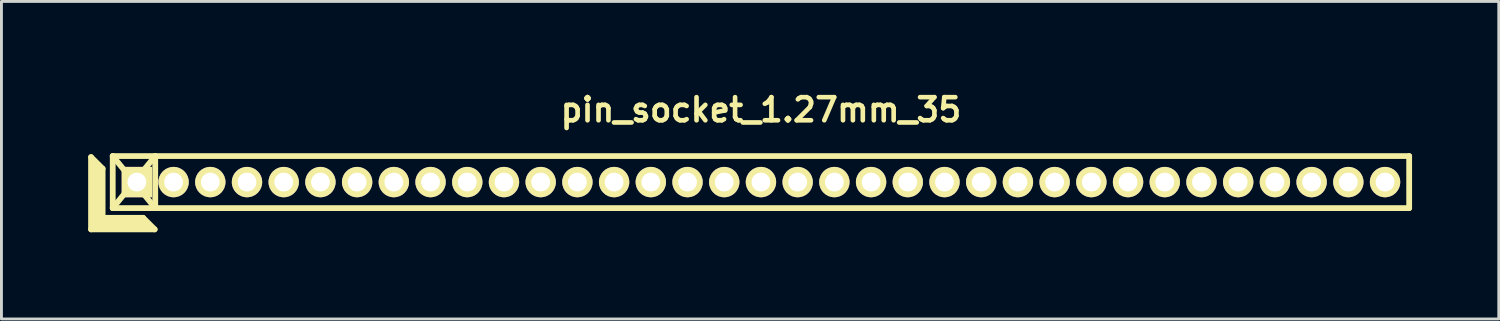
<source format=kicad_pcb>
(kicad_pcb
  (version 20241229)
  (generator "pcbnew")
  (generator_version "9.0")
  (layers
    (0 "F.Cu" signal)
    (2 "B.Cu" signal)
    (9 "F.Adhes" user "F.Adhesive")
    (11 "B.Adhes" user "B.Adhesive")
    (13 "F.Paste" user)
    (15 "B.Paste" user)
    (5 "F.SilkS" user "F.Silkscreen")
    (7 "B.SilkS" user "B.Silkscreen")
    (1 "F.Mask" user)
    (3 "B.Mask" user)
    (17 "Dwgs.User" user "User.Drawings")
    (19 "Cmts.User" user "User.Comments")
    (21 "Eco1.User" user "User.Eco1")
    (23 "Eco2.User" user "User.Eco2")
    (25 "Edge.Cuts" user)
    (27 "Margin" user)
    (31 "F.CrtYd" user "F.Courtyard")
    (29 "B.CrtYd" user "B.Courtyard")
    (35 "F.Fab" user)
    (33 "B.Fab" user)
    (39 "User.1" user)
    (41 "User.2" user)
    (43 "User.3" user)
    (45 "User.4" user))
  (footprint "pin_socket_1.27mm_35"
    (layer "F.Cu")
    (at 23.275 3.249)
    (property "Reference" "pin_socket_1.27mm_35" (at 0 -2.5 0) (layer "F.SilkS") (effects (font (size 0.8 0.8) (thickness 0.16))))
    (attr through_hole)
    (fp_line (start -23.175 -0.864) (end -23.175 1.636) (stroke (width 0.2) (type solid)) (layer "F.SilkS"))
    (fp_line (start -23.175 -0.864) (end -22.775 -0.464) (stroke (width 0.2) (type solid)) (layer "F.SilkS"))
    (fp_line (start -23.175 1.636) (end -20.975 1.636) (stroke (width 0.2) (type solid)) (layer "F.SilkS"))
    (fp_line (start -23.075 1.536) (end -23.075 -0.664) (stroke (width 0.2) (type solid)) (layer "F.SilkS"))
    (fp_line (start -23.075 1.536) (end -21.175 1.536) (stroke (width 0.2) (type solid)) (layer "F.SilkS"))
    (fp_line (start -22.975 1.436) (end -22.975 -0.564) (stroke (width 0.2) (type solid)) (layer "F.SilkS"))
    (fp_line (start -22.975 1.436) (end -21.275 1.436) (stroke (width 0.2) (type solid)) (layer "F.SilkS"))
    (fp_line (start -22.875 1.336) (end -22.875 -0.464) (stroke (width 0.2) (type solid)) (layer "F.SilkS"))
    (fp_line (start -22.875 1.336) (end -21.375 1.336) (stroke (width 0.2) (type solid)) (layer "F.SilkS"))
    (fp_line (start -22.775 1.236) (end -22.775 -0.464) (stroke (width 0.2) (type solid)) (layer "F.SilkS"))
    (fp_line (start -22.775 1.236) (end -21.375 1.236) (stroke (width 0.2) (type solid)) (layer "F.SilkS"))
    (fp_line (start -22.425 -0.9) (end -20.955 0.9) (stroke (width 0.2) (type solid)) (layer "F.SilkS"))
    (fp_line (start -22.425 -0.9) (end 22.425 -0.9) (stroke (width 0.2) (type solid)) (layer "F.SilkS"))
    (fp_line (start -22.425 0.9) (end -22.425 -0.9) (stroke (width 0.2) (type solid)) (layer "F.SilkS"))
    (fp_line (start -22.425 0.9) (end -20.955 -0.9) (stroke (width 0.2) (type solid)) (layer "F.SilkS"))
    (fp_line (start -21.375 1.236) (end -20.975 1.636) (stroke (width 0.2) (type solid)) (layer "F.SilkS"))
    (fp_line (start -20.955 -0.9) (end -20.955 0.9) (stroke (width 0.2) (type solid)) (layer "F.SilkS"))
    (fp_line (start 22.425 -0.9) (end 22.425 0.9) (stroke (width 0.2) (type solid)) (layer "F.SilkS"))
    (fp_line (start 22.425 0.9) (end -22.425 0.9) (stroke (width 0.2) (type solid)) (layer "F.SilkS"))
    (pad "1" thru_hole rect (at -21.59 0) (size 1.05 1.05) (drill 0.65) (layers "*.Cu" "*.Mask" "F.SilkS"))
    (pad "2" thru_hole oval (at -20.32 0) (size 1.05 1.05) (drill 0.65) (layers "*.Cu" "*.Mask" "F.SilkS"))
    (pad "3" thru_hole oval (at -19.05 0) (size 1.05 1.05) (drill 0.65) (layers "*.Cu" "*.Mask" "F.SilkS"))
    (pad "4" thru_hole oval (at -17.78 0) (size 1.05 1.05) (drill 0.65) (layers "*.Cu" "*.Mask" "F.SilkS"))
    (pad "5" thru_hole oval (at -16.51 0) (size 1.05 1.05) (drill 0.65) (layers "*.Cu" "*.Mask" "F.SilkS"))
    (pad "6" thru_hole oval (at -15.24 0) (size 1.05 1.05) (drill 0.65) (layers "*.Cu" "*.Mask" "F.SilkS"))
    (pad "7" thru_hole oval (at -13.97 0) (size 1.05 1.05) (drill 0.65) (layers "*.Cu" "*.Mask" "F.SilkS"))
    (pad "8" thru_hole oval (at -12.7 0) (size 1.05 1.05) (drill 0.65) (layers "*.Cu" "*.Mask" "F.SilkS"))
    (pad "9" thru_hole oval (at -11.43 0) (size 1.05 1.05) (drill 0.65) (layers "*.Cu" "*.Mask" "F.SilkS"))
    (pad "10" thru_hole oval (at -10.16 0) (size 1.05 1.05) (drill 0.65) (layers "*.Cu" "*.Mask" "F.SilkS"))
    (pad "11" thru_hole oval (at -8.89 0) (size 1.05 1.05) (drill 0.65) (layers "*.Cu" "*.Mask" "F.SilkS"))
    (pad "12" thru_hole oval (at -7.62 0) (size 1.05 1.05) (drill 0.65) (layers "*.Cu" "*.Mask" "F.SilkS"))
    (pad "13" thru_hole oval (at -6.35 0) (size 1.05 1.05) (drill 0.65) (layers "*.Cu" "*.Mask" "F.SilkS"))
    (pad "14" thru_hole oval (at -5.08 0) (size 1.05 1.05) (drill 0.65) (layers "*.Cu" "*.Mask" "F.SilkS"))
    (pad "15" thru_hole oval (at -3.81 0) (size 1.05 1.05) (drill 0.65) (layers "*.Cu" "*.Mask" "F.SilkS"))
    (pad "16" thru_hole oval (at -2.54 0) (size 1.05 1.05) (drill 0.65) (layers "*.Cu" "*.Mask" "F.SilkS"))
    (pad "17" thru_hole oval (at -1.27 0) (size 1.05 1.05) (drill 0.65) (layers "*.Cu" "*.Mask" "F.SilkS"))
    (pad "18" thru_hole oval (at 0 0) (size 1.05 1.05) (drill 0.65) (layers "*.Cu" "*.Mask" "F.SilkS"))
    (pad "19" thru_hole oval (at 1.27 0) (size 1.05 1.05) (drill 0.65) (layers "*.Cu" "*.Mask" "F.SilkS"))
    (pad "20" thru_hole oval (at 2.54 0) (size 1.05 1.05) (drill 0.65) (layers "*.Cu" "*.Mask" "F.SilkS"))
    (pad "21" thru_hole oval (at 3.81 0) (size 1.05 1.05) (drill 0.65) (layers "*.Cu" "*.Mask" "F.SilkS"))
    (pad "22" thru_hole oval (at 5.08 0) (size 1.05 1.05) (drill 0.65) (layers "*.Cu" "*.Mask" "F.SilkS"))
    (pad "23" thru_hole oval (at 6.35 0) (size 1.05 1.05) (drill 0.65) (layers "*.Cu" "*.Mask" "F.SilkS"))
    (pad "24" thru_hole oval (at 7.62 0) (size 1.05 1.05) (drill 0.65) (layers "*.Cu" "*.Mask" "F.SilkS"))
    (pad "25" thru_hole oval (at 8.89 0) (size 1.05 1.05) (drill 0.65) (layers "*.Cu" "*.Mask" "F.SilkS"))
    (pad "26" thru_hole oval (at 10.16 0) (size 1.05 1.05) (drill 0.65) (layers "*.Cu" "*.Mask" "F.SilkS"))
    (pad "27" thru_hole oval (at 11.43 0) (size 1.05 1.05) (drill 0.65) (layers "*.Cu" "*.Mask" "F.SilkS"))
    (pad "28" thru_hole oval (at 12.7 0) (size 1.05 1.05) (drill 0.65) (layers "*.Cu" "*.Mask" "F.SilkS"))
    (pad "29" thru_hole oval (at 13.97 0) (size 1.05 1.05) (drill 0.65) (layers "*.Cu" "*.Mask" "F.SilkS"))
    (pad "30" thru_hole oval (at 15.24 0) (size 1.05 1.05) (drill 0.65) (layers "*.Cu" "*.Mask" "F.SilkS"))
    (pad "31" thru_hole oval (at 16.51 0) (size 1.05 1.05) (drill 0.65) (layers "*.Cu" "*.Mask" "F.SilkS"))
    (pad "32" thru_hole oval (at 17.78 0) (size 1.05 1.05) (drill 0.65) (layers "*.Cu" "*.Mask" "F.SilkS"))
    (pad "33" thru_hole oval (at 19.05 0) (size 1.05 1.05) (drill 0.65) (layers "*.Cu" "*.Mask" "F.SilkS"))
    (pad "34" thru_hole oval (at 20.32 0) (size 1.05 1.05) (drill 0.65) (layers "*.Cu" "*.Mask" "F.SilkS"))
    (pad "35" thru_hole oval (at 21.59 0) (size 1.05 1.05) (drill 0.65) (layers "*.Cu" "*.Mask" "F.SilkS")))
  (gr_rect
    (start -3 -3)
    (end 48.8 7.985)
    (stroke (width 0.1) (type default))
    (fill no)
    (layer "Edge.Cuts")))
</source>
